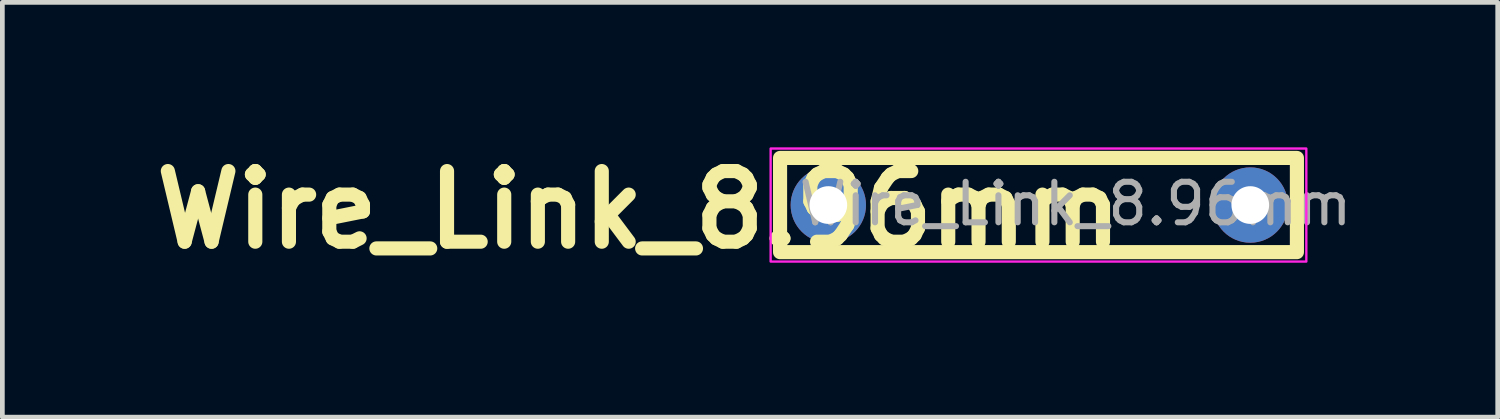
<source format=kicad_pcb>
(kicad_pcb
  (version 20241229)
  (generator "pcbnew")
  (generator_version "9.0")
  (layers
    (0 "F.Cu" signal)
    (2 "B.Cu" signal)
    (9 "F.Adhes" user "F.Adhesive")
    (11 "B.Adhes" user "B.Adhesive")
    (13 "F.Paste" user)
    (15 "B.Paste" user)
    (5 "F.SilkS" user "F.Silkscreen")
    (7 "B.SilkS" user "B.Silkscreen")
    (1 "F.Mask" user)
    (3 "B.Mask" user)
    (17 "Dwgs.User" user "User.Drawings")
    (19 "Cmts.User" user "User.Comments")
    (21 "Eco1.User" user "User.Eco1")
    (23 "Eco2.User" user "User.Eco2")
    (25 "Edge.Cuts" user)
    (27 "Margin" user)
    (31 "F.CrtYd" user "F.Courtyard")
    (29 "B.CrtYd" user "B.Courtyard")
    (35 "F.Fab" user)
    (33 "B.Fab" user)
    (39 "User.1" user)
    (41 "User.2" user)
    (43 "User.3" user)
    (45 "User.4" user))
  (footprint "Wire_Link_8.96mm"
    (layer "F.Cu")
    (at 14.539 1.304)
    (property "Reference" "Wire_Link_8.96mm" (at -4.025 0.1 0) (layer "F.SilkS") (effects (font (size 1.5 1.5) (thickness 0.3) (bold yes))))
    (attr through_hole)
    (fp_rect (start -1.025 -1) (end 9.95 1) (stroke (width 0.3) (type default)) (fill no) (layer "F.SilkS"))
    (fp_rect (start -1.225 -1.2) (end 10.15 1.2) (stroke (width 0.05) (type default)) (fill no) (layer "F.CrtYd"))
    (fp_text user "${REFERENCE}" (at 5.25 -0.025 0) (layer "F.Fab") (effects (font (size 0.86 0.86) (thickness 0.129))))
    (pad "1" thru_hole circle (at 0 0) (size 1.6 1.6) (drill 0.8) (layers "*.Cu" "*.Mask"))
    (pad "2" thru_hole circle (at 8.96 0) (size 1.6 1.6) (drill 0.8) (layers "*.Cu" "*.Mask")))
  (gr_rect
    (start -3 -3)
    (end 28.753 5.808)
    (stroke (width 0.1) (type default))
    (fill no)
    (layer "Edge.Cuts")))
</source>
